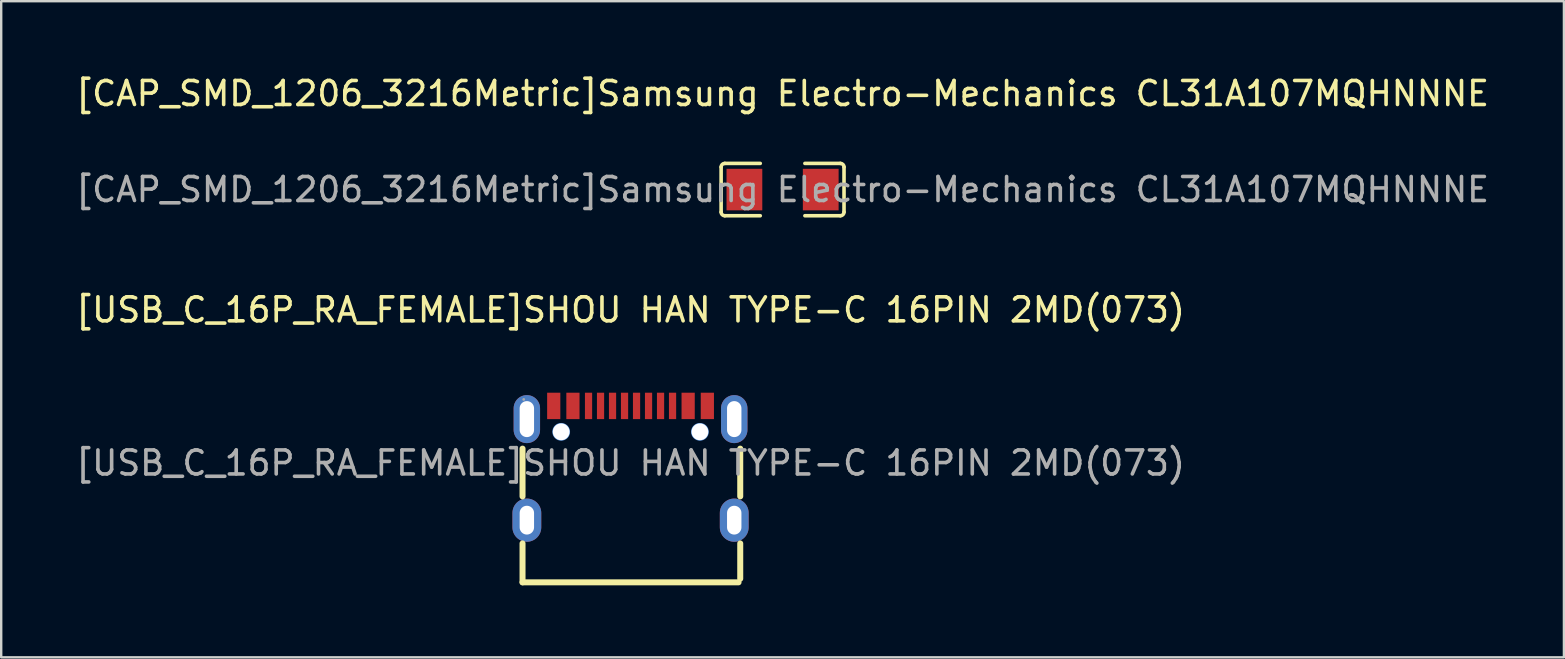
<source format=kicad_pcb>
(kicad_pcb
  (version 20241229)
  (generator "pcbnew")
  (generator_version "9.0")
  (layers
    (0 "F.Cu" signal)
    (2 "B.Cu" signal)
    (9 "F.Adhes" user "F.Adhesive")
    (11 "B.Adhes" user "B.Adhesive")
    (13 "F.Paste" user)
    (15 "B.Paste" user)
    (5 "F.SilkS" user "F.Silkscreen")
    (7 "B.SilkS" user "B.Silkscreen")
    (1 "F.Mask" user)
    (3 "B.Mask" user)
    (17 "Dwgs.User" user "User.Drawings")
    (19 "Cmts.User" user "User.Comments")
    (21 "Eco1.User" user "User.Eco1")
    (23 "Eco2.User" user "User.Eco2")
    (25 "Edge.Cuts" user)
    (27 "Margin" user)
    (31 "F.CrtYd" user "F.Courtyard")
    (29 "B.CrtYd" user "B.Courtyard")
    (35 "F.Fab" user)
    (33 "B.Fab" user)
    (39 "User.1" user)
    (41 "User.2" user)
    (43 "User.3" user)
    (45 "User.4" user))
  (footprint "[CAP_SMD_1206_3216Metric]Samsung Electro-Mechanics CL31A107MQHNNNE"
    (layer "F.Cu")
    (at 29.554 4.848)
    (property "Reference" "[CAP_SMD_1206_3216Metric]Samsung Electro-Mechanics CL31A107MQHNNNE" (at 0 -4 0) (layer "F.SilkS") (effects (font (size 1 1) (thickness 0.15))))
    (attr smd)
    (fp_line (start -2.56 0.94) (end -2.56 -0.94) (stroke (width 0.15) (type solid)) (layer "F.SilkS"))
    (fp_line (start -2.41 -1.09) (end -0.93 -1.09) (stroke (width 0.15) (type solid)) (layer "F.SilkS"))
    (fp_line (start -0.93 1.09) (end -2.41 1.09) (stroke (width 0.15) (type solid)) (layer "F.SilkS"))
    (fp_line (start 0.93 1.09) (end 2.41 1.09) (stroke (width 0.15) (type solid)) (layer "F.SilkS"))
    (fp_line (start 2.41 -1.09) (end 0.93 -1.09) (stroke (width 0.15) (type solid)) (layer "F.SilkS"))
    (fp_line (start 2.56 0.94) (end 2.56 -0.94) (stroke (width 0.15) (type solid)) (layer "F.SilkS"))
    (fp_arc (start -2.56 -0.94) (mid -2.516066 -1.046066) (end -2.41 -1.09) (stroke (width 0.15) (type solid)) (layer "F.SilkS"))
    (fp_arc (start -2.41 1.09) (mid -2.516066 1.046066) (end -2.56 0.94) (stroke (width 0.15) (type solid)) (layer "F.SilkS"))
    (fp_arc (start 2.41 -1.09) (mid 2.516066 -1.046066) (end 2.56 -0.94) (stroke (width 0.15) (type solid)) (layer "F.SilkS"))
    (fp_arc (start 2.56 0.94) (mid 2.516066 1.046066) (end 2.41 1.09) (stroke (width 0.15) (type solid)) (layer "F.SilkS"))
    (fp_circle (center -1.6 0.8) (end -1.57 0.8) (stroke (width 0.06) (type solid)) (fill no) (layer "F.Fab"))
    (fp_text user "${REFERENCE}" (at 0 0 0) (layer "F.Fab") (effects (font (size 1 1) (thickness 0.15))))
    (pad "1" smd rect (at -1.59 0) (size 1.49 1.73) (layers "F.Cu" "F.Mask" "F.Paste"))
    (pad "2" smd rect (at 1.59 0) (size 1.49 1.73) (layers "F.Cu" "F.Mask" "F.Paste")))
  (footprint "[USB_C_16P_RA_FEMALE]SHOU HAN TYPE-C 16PIN 2MD(073)"
    (layer "F.Cu")
    (at 23.22 16.241)
    (property "Reference" "[USB_C_16P_RA_FEMALE]SHOU HAN TYPE-C 16PIN 2MD(073)" (at 0 -6.38 0) (layer "F.SilkS") (effects (font (size 1 1) (thickness 0.15))))
    (attr smd)
    (fp_line (start -4.5 1.39) (end -4.5 -0.6) (stroke (width 0.25) (type solid)) (layer "F.SilkS"))
    (fp_line (start -4.5 4.97) (end -4.5 3.35) (stroke (width 0.25) (type solid)) (layer "F.SilkS"))
    (fp_line (start 4.5 4.97) (end -4.5 4.97) (stroke (width 0.25) (type solid)) (layer "F.SilkS"))
    (fp_line (start 4.57 1.39) (end 4.57 -0.6) (stroke (width 0.25) (type solid)) (layer "F.SilkS"))
    (fp_line (start 4.57 4.82) (end 4.57 3.35) (stroke (width 0.25) (type solid)) (layer "F.SilkS"))
    (fp_circle (center -2.89 -1.3) (end -2.77 -1.3) (stroke (width 0.25) (type solid)) (fill no) (layer "Cmts.User"))
    (fp_circle (center 2.89 -1.3) (end 3.01 -1.3) (stroke (width 0.25) (type solid)) (fill no) (layer "Cmts.User"))
    (fp_circle (center -4.45 -2.65) (end -4.42 -2.65) (stroke (width 0.06) (type solid)) (fill no) (layer "F.Fab"))
    (fp_text user "${REFERENCE}" (at 0 0 0) (layer "F.Fab") (effects (font (size 1 1) (thickness 0.15))))
    (pad "" np_thru_hole circle (at -2.89 -1.3) (size 0.7 0.7) (drill 0.7) (layers "*.Cu" "*.Mask"))
    (pad "" np_thru_hole circle (at 2.89 -1.3) (size 0.7 0.7) (drill 0.7) (layers "*.Cu" "*.Mask"))
    (pad "1" smd rect (at -3.2 -2.38) (size 0.55 1.1) (layers "F.Cu" "F.Mask" "F.Paste"))
    (pad "2" smd rect (at -2.4 -2.38) (size 0.55 1.1) (layers "F.Cu" "F.Mask" "F.Paste"))
    (pad "3" smd rect (at -1.75 -2.38) (size 0.3 1.1) (layers "F.Cu" "F.Mask" "F.Paste"))
    (pad "4" smd rect (at -1.25 -2.38) (size 0.3 1.1) (layers "F.Cu" "F.Mask" "F.Paste"))
    (pad "5" smd rect (at -0.75 -2.38) (size 0.3 1.1) (layers "F.Cu" "F.Mask" "F.Paste"))
    (pad "6" smd rect (at -0.25 -2.38) (size 0.3 1.1) (layers "F.Cu" "F.Mask" "F.Paste"))
    (pad "7" smd rect (at 0.25 -2.38) (size 0.3 1.1) (layers "F.Cu" "F.Mask" "F.Paste"))
    (pad "8" smd rect (at 0.75 -2.38) (size 0.3 1.1) (layers "F.Cu" "F.Mask" "F.Paste"))
    (pad "9" smd rect (at 1.25 -2.38) (size 0.3 1.1) (layers "F.Cu" "F.Mask" "F.Paste"))
    (pad "10" smd rect (at 1.75 -2.38) (size 0.3 1.1) (layers "F.Cu" "F.Mask" "F.Paste"))
    (pad "11" smd rect (at 2.4 -2.38) (size 0.55 1.1) (layers "F.Cu" "F.Mask" "F.Paste"))
    (pad "12" smd rect (at 3.2 -2.38) (size 0.55 1.1) (layers "F.Cu" "F.Mask" "F.Paste"))
    (pad "13" thru_hole oval (at -4.32 -1.83) (size 1.1 2) (drill oval 0.6 1.5) (layers "*.Cu" "*.Mask"))
    (pad "13" thru_hole oval (at -4.32 2.38) (size 1.2 1.8) (drill oval 0.6 1.2) (layers "*.Cu" "*.Mask"))
    (pad "14" thru_hole oval (at 4.32 -1.83) (size 1.1 2) (drill oval 0.6 1.5) (layers "*.Cu" "*.Mask"))
    (pad "14" thru_hole oval (at 4.32 2.38) (size 1.2 1.8) (drill oval 0.6 1.2) (layers "*.Cu" "*.Mask")))
  (gr_rect
    (start -3 -3)
    (end 62.107 24.337)
    (stroke (width 0.1) (type default))
    (fill no)
    (layer "Edge.Cuts")))
</source>
